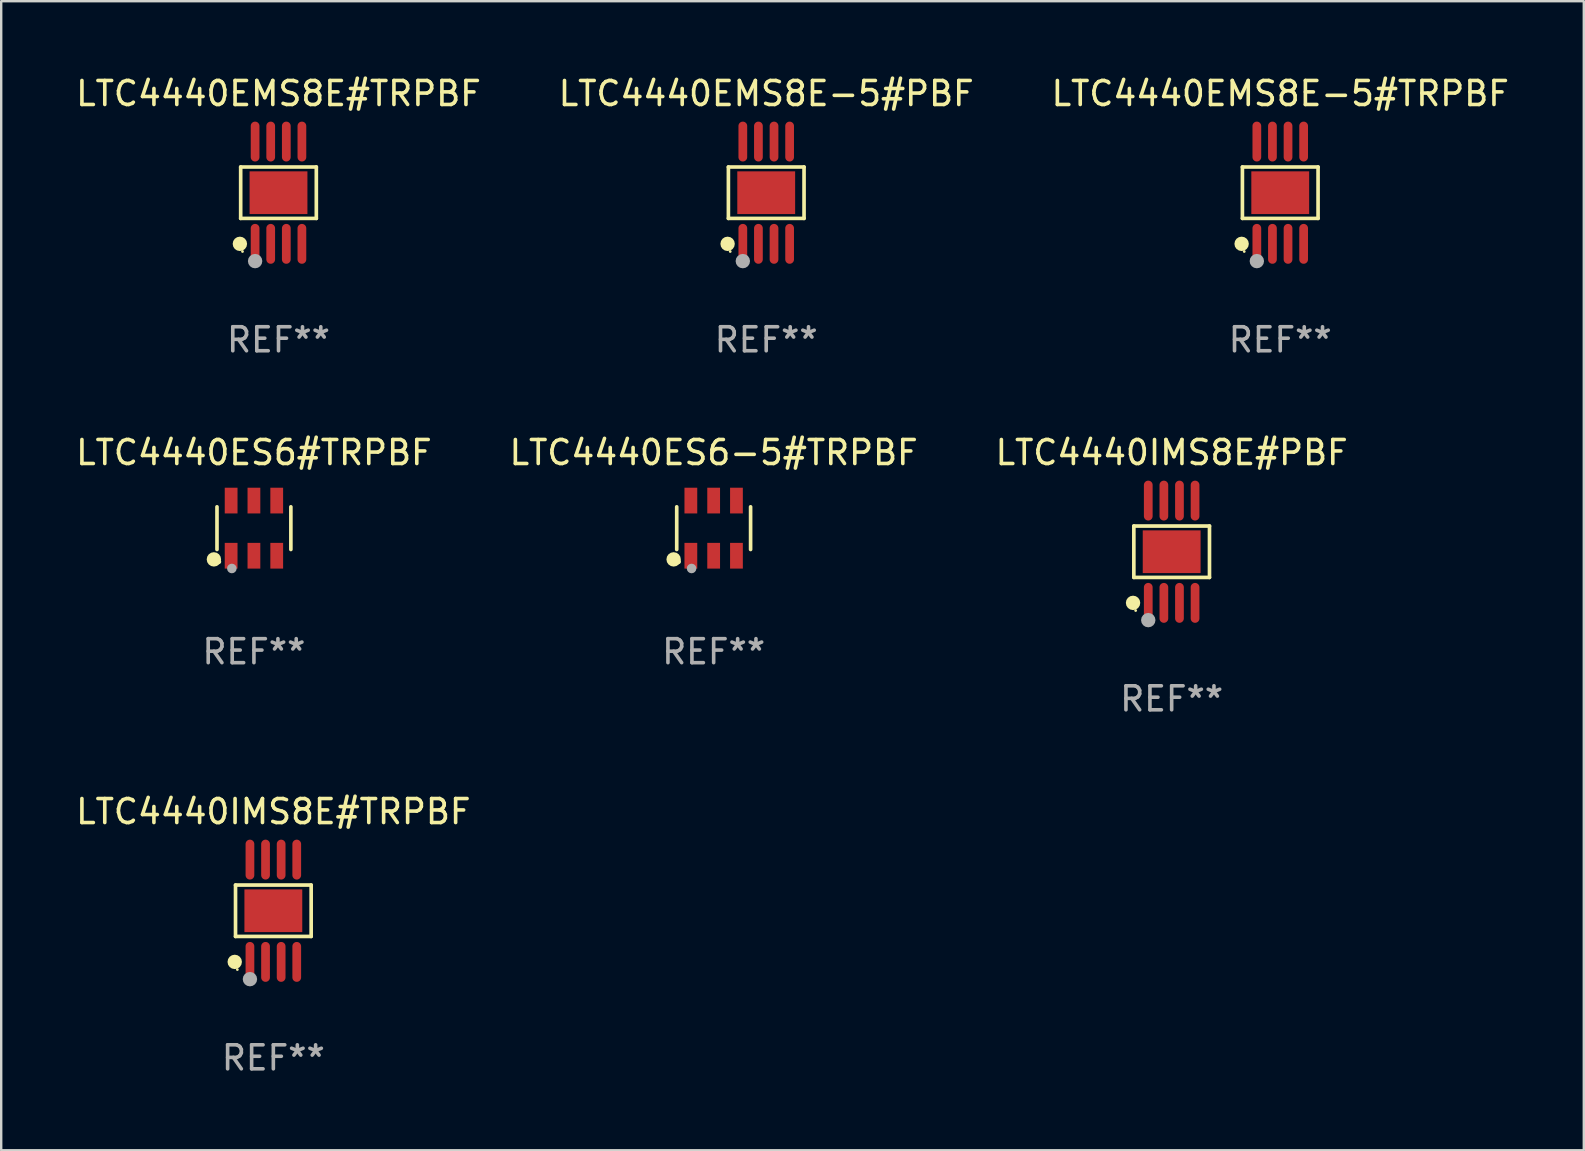
<source format=kicad_pcb>
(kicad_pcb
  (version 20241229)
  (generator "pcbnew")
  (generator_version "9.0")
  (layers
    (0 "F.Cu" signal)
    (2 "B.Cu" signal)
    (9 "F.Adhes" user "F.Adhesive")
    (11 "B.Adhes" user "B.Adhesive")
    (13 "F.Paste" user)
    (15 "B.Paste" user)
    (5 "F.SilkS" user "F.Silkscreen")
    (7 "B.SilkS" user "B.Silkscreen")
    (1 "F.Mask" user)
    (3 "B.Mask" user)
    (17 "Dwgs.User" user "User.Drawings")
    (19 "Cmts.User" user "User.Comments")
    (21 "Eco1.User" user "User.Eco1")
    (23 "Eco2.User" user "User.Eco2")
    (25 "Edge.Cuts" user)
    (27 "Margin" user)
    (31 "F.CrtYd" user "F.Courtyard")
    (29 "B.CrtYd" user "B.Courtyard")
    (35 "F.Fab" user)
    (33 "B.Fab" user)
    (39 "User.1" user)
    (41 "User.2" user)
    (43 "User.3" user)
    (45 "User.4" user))
  (footprint "LTC4440ES6#TRPBF"
    (layer "F.Cu")
    (at 7.53 18.956)
    (property "Reference" "LTC4440ES6#TRPBF" (at 0 -3.149 0) (layer "F.SilkS") (effects (font (size 1 1) (thickness 0.15))))
    (attr through_hole)
    (fp_line (start -1.539 0.889) (end -1.539 -0.889) (stroke (width 0.152) (type solid)) (layer "F.SilkS"))
    (fp_line (start 1.539 0.889) (end 1.539 -0.889) (stroke (width 0.152) (type solid)) (layer "F.SilkS"))
    (fp_circle (center -1.668 1.301) (end -1.518 1.301) (stroke (width 0.3) (type solid)) (fill no) (layer "F.SilkS"))
    (fp_circle (center -1.463 1.4) (end -1.413 1.4) (stroke (width 0.1) (type solid)) (fill no) (layer "F.SilkS"))
    (fp_circle (center -0.92 1.68) (end -0.82 1.68) (stroke (width 0.2) (type solid)) (fill no) (layer "F.Fab"))
    (fp_text user "REF**" (at 0 5.149 0) (layer "F.Fab") (effects (font (size 1 1) (thickness 0.15))))
    (pad "1" smd rect (at -0.95 1.149) (size 0.532 1.072) (layers "F.Cu" "F.Mask" "F.Paste"))
    (pad "2" smd rect (at 0 1.149) (size 0.532 1.072) (layers "F.Cu" "F.Mask" "F.Paste"))
    (pad "3" smd rect (at 0.95 1.149) (size 0.532 1.072) (layers "F.Cu" "F.Mask" "F.Paste"))
    (pad "4" smd rect (at 0.95 -1.149) (size 0.532 1.072) (layers "F.Cu" "F.Mask" "F.Paste"))
    (pad "5" smd rect (at 0 -1.149) (size 0.532 1.072) (layers "F.Cu" "F.Mask" "F.Paste"))
    (pad "6" smd rect (at -0.95 -1.149) (size 0.532 1.072) (layers "F.Cu" "F.Mask" "F.Paste")))
  (footprint "LTC4440ES6-5#TRPBF"
    (layer "F.Cu")
    (at 26.685 18.956)
    (property "Reference" "LTC4440ES6-5#TRPBF" (at 0 -3.149 0) (layer "F.SilkS") (effects (font (size 1 1) (thickness 0.15))))
    (attr through_hole)
    (fp_line (start -1.539 0.889) (end -1.539 -0.889) (stroke (width 0.152) (type solid)) (layer "F.SilkS"))
    (fp_line (start 1.539 0.889) (end 1.539 -0.889) (stroke (width 0.152) (type solid)) (layer "F.SilkS"))
    (fp_circle (center -1.668 1.301) (end -1.518 1.301) (stroke (width 0.3) (type solid)) (fill no) (layer "F.SilkS"))
    (fp_circle (center -1.463 1.4) (end -1.413 1.4) (stroke (width 0.1) (type solid)) (fill no) (layer "F.SilkS"))
    (fp_circle (center -0.92 1.68) (end -0.82 1.68) (stroke (width 0.2) (type solid)) (fill no) (layer "F.Fab"))
    (fp_text user "REF**" (at 0 5.149 0) (layer "F.Fab") (effects (font (size 1 1) (thickness 0.15))))
    (pad "1" smd rect (at -0.95 1.149) (size 0.532 1.072) (layers "F.Cu" "F.Mask" "F.Paste"))
    (pad "2" smd rect (at 0 1.149) (size 0.532 1.072) (layers "F.Cu" "F.Mask" "F.Paste"))
    (pad "3" smd rect (at 0.95 1.149) (size 0.532 1.072) (layers "F.Cu" "F.Mask" "F.Paste"))
    (pad "4" smd rect (at 0.95 -1.149) (size 0.532 1.072) (layers "F.Cu" "F.Mask" "F.Paste"))
    (pad "5" smd rect (at 0 -1.149) (size 0.532 1.072) (layers "F.Cu" "F.Mask" "F.Paste"))
    (pad "6" smd rect (at -0.95 -1.149) (size 0.532 1.072) (layers "F.Cu" "F.Mask" "F.Paste")))
  (footprint "LTC4440IMS8E#TRPBF"
    (layer "F.Cu")
    (at 8.339 34.897)
    (property "Reference" "LTC4440IMS8E#TRPBF" (at 0 -4.131 0) (layer "F.SilkS") (effects (font (size 1 1) (thickness 0.15))))
    (attr through_hole)
    (fp_line (start -1.576 -1.071) (end 1.576 -1.071) (stroke (width 0.152) (type solid)) (layer "F.SilkS"))
    (fp_line (start -1.576 1.071) (end -1.576 -1.071) (stroke (width 0.152) (type solid)) (layer "F.SilkS"))
    (fp_line (start 1.576 -1.071) (end 1.576 1.071) (stroke (width 0.152) (type solid)) (layer "F.SilkS"))
    (fp_line (start 1.576 1.071) (end -1.576 1.071) (stroke (width 0.152) (type solid)) (layer "F.SilkS"))
    (fp_circle (center -1.609 2.131) (end -1.459 2.131) (stroke (width 0.3) (type solid)) (fill no) (layer "F.SilkS"))
    (fp_circle (center -1.5 2.45) (end -1.47 2.45) (stroke (width 0.06) (type solid)) (fill no) (layer "F.SilkS"))
    (fp_circle (center -0.975 2.85) (end -0.825 2.85) (stroke (width 0.3) (type solid)) (fill no) (layer "F.Fab"))
    (fp_text user "REF**" (at 0 6.131 0) (layer "F.Fab") (effects (font (size 1 1) (thickness 0.15))))
    (pad "1" smd oval (at -0.975 2.131) (size 0.364 1.662) (layers "F.Cu" "F.Mask" "F.Paste"))
    (pad "2" smd oval (at -0.325 2.131) (size 0.364 1.662) (layers "F.Cu" "F.Mask" "F.Paste"))
    (pad "3" smd oval (at 0.325 2.131) (size 0.364 1.662) (layers "F.Cu" "F.Mask" "F.Paste"))
    (pad "4" smd oval (at 0.975 2.131) (size 0.364 1.662) (layers "F.Cu" "F.Mask" "F.Paste"))
    (pad "5" smd oval (at 0.975 -2.131) (size 0.364 1.662) (layers "F.Cu" "F.Mask" "F.Paste"))
    (pad "6" smd oval (at 0.325 -2.131) (size 0.364 1.662) (layers "F.Cu" "F.Mask" "F.Paste"))
    (pad "7" smd oval (at -0.325 -2.131) (size 0.364 1.662) (layers "F.Cu" "F.Mask" "F.Paste"))
    (pad "8" smd oval (at -0.975 -2.131) (size 0.364 1.662) (layers "F.Cu" "F.Mask" "F.Paste"))
    (pad "9" smd rect (at 0 0) (size 2.41 1.78) (layers "F.Cu" "F.Mask" "F.Paste")))
  (footprint "LTC4440IMS8E#PBF"
    (layer "F.Cu")
    (at 45.768 19.938)
    (property "Reference" "LTC4440IMS8E#PBF" (at 0 -4.131 0) (layer "F.SilkS") (effects (font (size 1 1) (thickness 0.15))))
    (attr through_hole)
    (fp_line (start -1.576 -1.071) (end 1.576 -1.071) (stroke (width 0.152) (type solid)) (layer "F.SilkS"))
    (fp_line (start -1.576 1.071) (end -1.576 -1.071) (stroke (width 0.152) (type solid)) (layer "F.SilkS"))
    (fp_line (start 1.576 -1.071) (end 1.576 1.071) (stroke (width 0.152) (type solid)) (layer "F.SilkS"))
    (fp_line (start 1.576 1.071) (end -1.576 1.071) (stroke (width 0.152) (type solid)) (layer "F.SilkS"))
    (fp_circle (center -1.609 2.131) (end -1.459 2.131) (stroke (width 0.3) (type solid)) (fill no) (layer "F.SilkS"))
    (fp_circle (center -1.5 2.45) (end -1.47 2.45) (stroke (width 0.06) (type solid)) (fill no) (layer "F.SilkS"))
    (fp_circle (center -0.975 2.85) (end -0.825 2.85) (stroke (width 0.3) (type solid)) (fill no) (layer "F.Fab"))
    (fp_text user "REF**" (at 0 6.131 0) (layer "F.Fab") (effects (font (size 1 1) (thickness 0.15))))
    (pad "1" smd oval (at -0.975 2.131) (size 0.364 1.662) (layers "F.Cu" "F.Mask" "F.Paste"))
    (pad "2" smd oval (at -0.325 2.131) (size 0.364 1.662) (layers "F.Cu" "F.Mask" "F.Paste"))
    (pad "3" smd oval (at 0.325 2.131) (size 0.364 1.662) (layers "F.Cu" "F.Mask" "F.Paste"))
    (pad "4" smd oval (at 0.975 2.131) (size 0.364 1.662) (layers "F.Cu" "F.Mask" "F.Paste"))
    (pad "5" smd oval (at 0.975 -2.131) (size 0.364 1.662) (layers "F.Cu" "F.Mask" "F.Paste"))
    (pad "6" smd oval (at 0.325 -2.131) (size 0.364 1.662) (layers "F.Cu" "F.Mask" "F.Paste"))
    (pad "7" smd oval (at -0.325 -2.131) (size 0.364 1.662) (layers "F.Cu" "F.Mask" "F.Paste"))
    (pad "8" smd oval (at -0.975 -2.131) (size 0.364 1.662) (layers "F.Cu" "F.Mask" "F.Paste"))
    (pad "9" smd rect (at 0 0) (size 2.41 1.78) (layers "F.Cu" "F.Mask" "F.Paste")))
  (footprint "LTC4440EMS8E#TRPBF"
    (layer "F.Cu")
    (at 8.554 4.979)
    (property "Reference" "LTC4440EMS8E#TRPBF" (at 0 -4.131 0) (layer "F.SilkS") (effects (font (size 1 1) (thickness 0.15))))
    (attr through_hole)
    (fp_line (start -1.576 -1.071) (end 1.576 -1.071) (stroke (width 0.152) (type solid)) (layer "F.SilkS"))
    (fp_line (start -1.576 1.071) (end -1.576 -1.071) (stroke (width 0.152) (type solid)) (layer "F.SilkS"))
    (fp_line (start 1.576 -1.071) (end 1.576 1.071) (stroke (width 0.152) (type solid)) (layer "F.SilkS"))
    (fp_line (start 1.576 1.071) (end -1.576 1.071) (stroke (width 0.152) (type solid)) (layer "F.SilkS"))
    (fp_circle (center -1.609 2.131) (end -1.459 2.131) (stroke (width 0.3) (type solid)) (fill no) (layer "F.SilkS"))
    (fp_circle (center -1.5 2.45) (end -1.47 2.45) (stroke (width 0.06) (type solid)) (fill no) (layer "F.SilkS"))
    (fp_circle (center -0.975 2.85) (end -0.825 2.85) (stroke (width 0.3) (type solid)) (fill no) (layer "F.Fab"))
    (fp_text user "REF**" (at 0 6.131 0) (layer "F.Fab") (effects (font (size 1 1) (thickness 0.15))))
    (pad "1" smd oval (at -0.975 2.131) (size 0.364 1.662) (layers "F.Cu" "F.Mask" "F.Paste"))
    (pad "2" smd oval (at -0.325 2.131) (size 0.364 1.662) (layers "F.Cu" "F.Mask" "F.Paste"))
    (pad "3" smd oval (at 0.325 2.131) (size 0.364 1.662) (layers "F.Cu" "F.Mask" "F.Paste"))
    (pad "4" smd oval (at 0.975 2.131) (size 0.364 1.662) (layers "F.Cu" "F.Mask" "F.Paste"))
    (pad "5" smd oval (at 0.975 -2.131) (size 0.364 1.662) (layers "F.Cu" "F.Mask" "F.Paste"))
    (pad "6" smd oval (at 0.325 -2.131) (size 0.364 1.662) (layers "F.Cu" "F.Mask" "F.Paste"))
    (pad "7" smd oval (at -0.325 -2.131) (size 0.364 1.662) (layers "F.Cu" "F.Mask" "F.Paste"))
    (pad "8" smd oval (at -0.975 -2.131) (size 0.364 1.662) (layers "F.Cu" "F.Mask" "F.Paste"))
    (pad "9" smd rect (at 0 0) (size 2.41 1.78) (layers "F.Cu" "F.Mask" "F.Paste")))
  (footprint "LTC4440EMS8E-5#TRPBF"
    (layer "F.Cu")
    (at 50.292 4.979)
    (property "Reference" "LTC4440EMS8E-5#TRPBF" (at 0 -4.131 0) (layer "F.SilkS") (effects (font (size 1 1) (thickness 0.15))))
    (attr through_hole)
    (fp_line (start -1.576 -1.071) (end 1.576 -1.071) (stroke (width 0.152) (type solid)) (layer "F.SilkS"))
    (fp_line (start -1.576 1.071) (end -1.576 -1.071) (stroke (width 0.152) (type solid)) (layer "F.SilkS"))
    (fp_line (start 1.576 -1.071) (end 1.576 1.071) (stroke (width 0.152) (type solid)) (layer "F.SilkS"))
    (fp_line (start 1.576 1.071) (end -1.576 1.071) (stroke (width 0.152) (type solid)) (layer "F.SilkS"))
    (fp_circle (center -1.609 2.131) (end -1.459 2.131) (stroke (width 0.3) (type solid)) (fill no) (layer "F.SilkS"))
    (fp_circle (center -1.5 2.45) (end -1.47 2.45) (stroke (width 0.06) (type solid)) (fill no) (layer "F.SilkS"))
    (fp_circle (center -0.975 2.85) (end -0.825 2.85) (stroke (width 0.3) (type solid)) (fill no) (layer "F.Fab"))
    (fp_text user "REF**" (at 0 6.131 0) (layer "F.Fab") (effects (font (size 1 1) (thickness 0.15))))
    (pad "1" smd oval (at -0.975 2.131) (size 0.364 1.662) (layers "F.Cu" "F.Mask" "F.Paste"))
    (pad "2" smd oval (at -0.325 2.131) (size 0.364 1.662) (layers "F.Cu" "F.Mask" "F.Paste"))
    (pad "3" smd oval (at 0.325 2.131) (size 0.364 1.662) (layers "F.Cu" "F.Mask" "F.Paste"))
    (pad "4" smd oval (at 0.975 2.131) (size 0.364 1.662) (layers "F.Cu" "F.Mask" "F.Paste"))
    (pad "5" smd oval (at 0.975 -2.131) (size 0.364 1.662) (layers "F.Cu" "F.Mask" "F.Paste"))
    (pad "6" smd oval (at 0.325 -2.131) (size 0.364 1.662) (layers "F.Cu" "F.Mask" "F.Paste"))
    (pad "7" smd oval (at -0.325 -2.131) (size 0.364 1.662) (layers "F.Cu" "F.Mask" "F.Paste"))
    (pad "8" smd oval (at -0.975 -2.131) (size 0.364 1.662) (layers "F.Cu" "F.Mask" "F.Paste"))
    (pad "9" smd rect (at 0 0) (size 2.41 1.78) (layers "F.Cu" "F.Mask" "F.Paste")))
  (footprint "LTC4440EMS8E-5#PBF"
    (layer "F.Cu")
    (at 28.875 4.979)
    (property "Reference" "LTC4440EMS8E-5#PBF" (at 0 -4.131 0) (layer "F.SilkS") (effects (font (size 1 1) (thickness 0.15))))
    (attr through_hole)
    (fp_line (start -1.576 -1.071) (end 1.576 -1.071) (stroke (width 0.152) (type solid)) (layer "F.SilkS"))
    (fp_line (start -1.576 1.071) (end -1.576 -1.071) (stroke (width 0.152) (type solid)) (layer "F.SilkS"))
    (fp_line (start 1.576 -1.071) (end 1.576 1.071) (stroke (width 0.152) (type solid)) (layer "F.SilkS"))
    (fp_line (start 1.576 1.071) (end -1.576 1.071) (stroke (width 0.152) (type solid)) (layer "F.SilkS"))
    (fp_circle (center -1.609 2.131) (end -1.459 2.131) (stroke (width 0.3) (type solid)) (fill no) (layer "F.SilkS"))
    (fp_circle (center -1.5 2.45) (end -1.47 2.45) (stroke (width 0.06) (type solid)) (fill no) (layer "F.SilkS"))
    (fp_circle (center -0.975 2.85) (end -0.825 2.85) (stroke (width 0.3) (type solid)) (fill no) (layer "F.Fab"))
    (fp_text user "REF**" (at 0 6.131 0) (layer "F.Fab") (effects (font (size 1 1) (thickness 0.15))))
    (pad "1" smd oval (at -0.975 2.131) (size 0.364 1.662) (layers "F.Cu" "F.Mask" "F.Paste"))
    (pad "2" smd oval (at -0.325 2.131) (size 0.364 1.662) (layers "F.Cu" "F.Mask" "F.Paste"))
    (pad "3" smd oval (at 0.325 2.131) (size 0.364 1.662) (layers "F.Cu" "F.Mask" "F.Paste"))
    (pad "4" smd oval (at 0.975 2.131) (size 0.364 1.662) (layers "F.Cu" "F.Mask" "F.Paste"))
    (pad "5" smd oval (at 0.975 -2.131) (size 0.364 1.662) (layers "F.Cu" "F.Mask" "F.Paste"))
    (pad "6" smd oval (at 0.325 -2.131) (size 0.364 1.662) (layers "F.Cu" "F.Mask" "F.Paste"))
    (pad "7" smd oval (at -0.325 -2.131) (size 0.364 1.662) (layers "F.Cu" "F.Mask" "F.Paste"))
    (pad "8" smd oval (at -0.975 -2.131) (size 0.364 1.662) (layers "F.Cu" "F.Mask" "F.Paste"))
    (pad "9" smd rect (at 0 0) (size 2.41 1.78) (layers "F.Cu" "F.Mask" "F.Paste")))
  (gr_rect
    (start -3 -3)
    (end 62.94 44.876)
    (stroke (width 0.1) (type default))
    (fill no)
    (layer "Edge.Cuts")))
</source>
